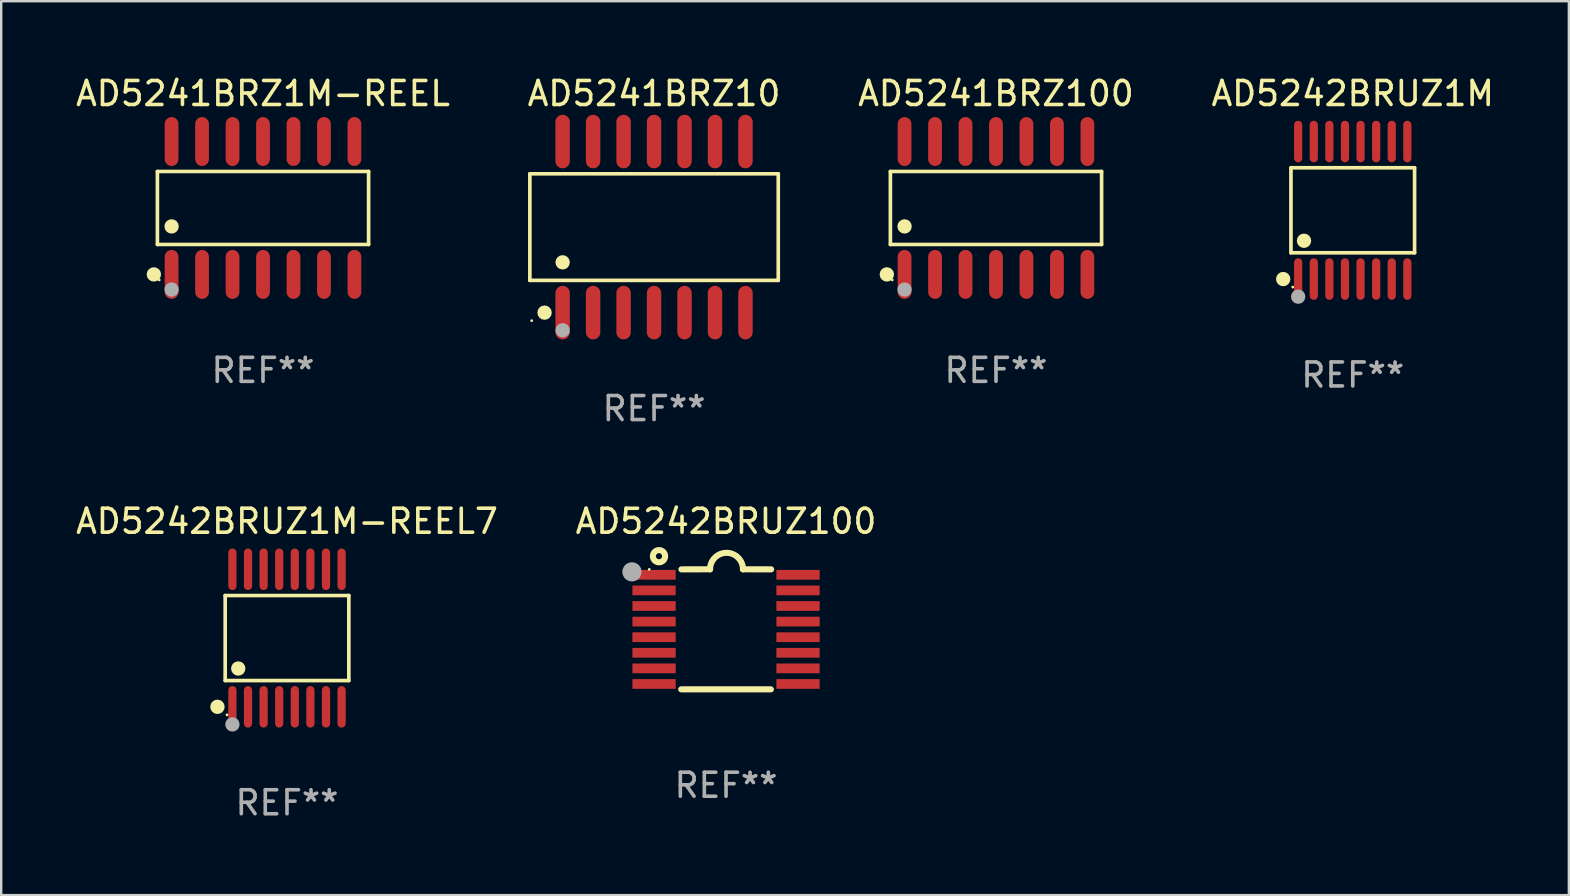
<source format=kicad_pcb>
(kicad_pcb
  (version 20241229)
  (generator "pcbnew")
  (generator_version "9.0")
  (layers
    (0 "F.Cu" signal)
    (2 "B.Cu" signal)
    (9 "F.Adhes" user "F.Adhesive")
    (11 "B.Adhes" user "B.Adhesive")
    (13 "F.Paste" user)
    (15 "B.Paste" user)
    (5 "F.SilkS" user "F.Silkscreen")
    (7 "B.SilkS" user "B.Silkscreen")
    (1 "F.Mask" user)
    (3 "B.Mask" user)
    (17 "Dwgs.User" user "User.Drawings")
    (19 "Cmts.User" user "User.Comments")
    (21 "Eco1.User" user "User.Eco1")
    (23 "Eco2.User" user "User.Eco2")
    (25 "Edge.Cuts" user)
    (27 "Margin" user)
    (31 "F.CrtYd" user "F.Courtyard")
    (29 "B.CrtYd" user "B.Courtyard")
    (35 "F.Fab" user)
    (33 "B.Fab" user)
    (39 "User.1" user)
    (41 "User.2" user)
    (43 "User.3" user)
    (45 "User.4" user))
  (footprint "AD5242BRUZ1M-REEL7"
    (layer "F.Cu")
    (at 8.911 23.541)
    (property "Reference" "AD5242BRUZ1M-REEL7" (at 0 -4.866 0) (layer "F.SilkS") (effects (font (size 1 1) (thickness 0.15))))
    (attr through_hole)
    (fp_line (start -2.576 -1.772) (end 2.576 -1.772) (stroke (width 0.152) (type solid)) (layer "F.SilkS"))
    (fp_line (start -2.576 1.771) (end -2.576 -1.772) (stroke (width 0.152) (type solid)) (layer "F.SilkS"))
    (fp_line (start 2.576 -1.772) (end 2.576 1.771) (stroke (width 0.152) (type solid)) (layer "F.SilkS"))
    (fp_line (start 2.576 1.771) (end -2.576 1.771) (stroke (width 0.152) (type solid)) (layer "F.SilkS"))
    (fp_circle (center -2.899 2.866) (end -2.749 2.866) (stroke (width 0.3) (type solid)) (fill no) (layer "F.SilkS"))
    (fp_circle (center -2.5 3.2) (end -2.47 3.2) (stroke (width 0.06) (type solid)) (fill no) (layer "F.SilkS"))
    (fp_circle (center -2.032 1.27) (end -1.882 1.27) (stroke (width 0.3) (type solid)) (fill no) (layer "F.SilkS"))
    (fp_circle (center -2.275 3.6) (end -2.125 3.6) (stroke (width 0.3) (type solid)) (fill no) (layer "F.Fab"))
    (fp_text user "REF**" (at 0 6.866 0) (layer "F.Fab") (effects (font (size 1 1) (thickness 0.15))))
    (pad "1" smd oval (at -2.275 2.866) (size 0.343 1.731) (layers "F.Cu" "F.Mask" "F.Paste"))
    (pad "2" smd oval (at -1.625 2.866) (size 0.343 1.731) (layers "F.Cu" "F.Mask" "F.Paste"))
    (pad "3" smd oval (at -0.975 2.866) (size 0.343 1.731) (layers "F.Cu" "F.Mask" "F.Paste"))
    (pad "4" smd oval (at -0.325 2.866) (size 0.343 1.731) (layers "F.Cu" "F.Mask" "F.Paste"))
    (pad "5" smd oval (at 0.325 2.866) (size 0.343 1.731) (layers "F.Cu" "F.Mask" "F.Paste"))
    (pad "6" smd oval (at 0.975 2.866) (size 0.343 1.731) (layers "F.Cu" "F.Mask" "F.Paste"))
    (pad "7" smd oval (at 1.625 2.866) (size 0.343 1.731) (layers "F.Cu" "F.Mask" "F.Paste"))
    (pad "8" smd oval (at 2.275 2.866) (size 0.343 1.731) (layers "F.Cu" "F.Mask" "F.Paste"))
    (pad "9" smd oval (at 2.275 -2.866) (size 0.343 1.731) (layers "F.Cu" "F.Mask" "F.Paste"))
    (pad "10" smd oval (at 1.625 -2.866) (size 0.343 1.731) (layers "F.Cu" "F.Mask" "F.Paste"))
    (pad "11" smd oval (at 0.975 -2.866) (size 0.343 1.731) (layers "F.Cu" "F.Mask" "F.Paste"))
    (pad "12" smd oval (at 0.325 -2.866) (size 0.343 1.731) (layers "F.Cu" "F.Mask" "F.Paste"))
    (pad "13" smd oval (at -0.325 -2.866) (size 0.343 1.731) (layers "F.Cu" "F.Mask" "F.Paste"))
    (pad "14" smd oval (at -0.975 -2.866) (size 0.343 1.731) (layers "F.Cu" "F.Mask" "F.Paste"))
    (pad "15" smd oval (at -1.625 -2.866) (size 0.343 1.731) (layers "F.Cu" "F.Mask" "F.Paste"))
    (pad "16" smd oval (at -2.275 -2.866) (size 0.343 1.731) (layers "F.Cu" "F.Mask" "F.Paste")))
  (footprint "AD5241BRZ1M-REEL"
    (layer "F.Cu")
    (at 7.911 5.617)
    (property "Reference" "AD5241BRZ1M-REEL" (at 0 -4.769 0) (layer "F.SilkS") (effects (font (size 1 1) (thickness 0.15))))
    (attr through_hole)
    (fp_line (start -4.401 -1.521) (end 4.401 -1.521) (stroke (width 0.152) (type solid)) (layer "F.SilkS"))
    (fp_line (start -4.401 1.521) (end -4.401 -1.521) (stroke (width 0.152) (type solid)) (layer "F.SilkS"))
    (fp_line (start 4.401 -1.521) (end 4.401 1.521) (stroke (width 0.152) (type solid)) (layer "F.SilkS"))
    (fp_line (start 4.401 1.521) (end -4.401 1.521) (stroke (width 0.152) (type solid)) (layer "F.SilkS"))
    (fp_circle (center -4.549 2.769) (end -4.399 2.769) (stroke (width 0.3) (type solid)) (fill no) (layer "F.SilkS"))
    (fp_circle (center -4.325 3) (end -4.295 3) (stroke (width 0.06) (type solid)) (fill no) (layer "F.SilkS"))
    (fp_circle (center -3.81 0.769) (end -3.66 0.769) (stroke (width 0.3) (type solid)) (fill no) (layer "F.SilkS"))
    (fp_circle (center -3.81 3.4) (end -3.66 3.4) (stroke (width 0.3) (type solid)) (fill no) (layer "F.Fab"))
    (fp_text user "REF**" (at 0 6.769 0) (layer "F.Fab") (effects (font (size 1 1) (thickness 0.15))))
    (pad "1" smd oval (at -3.81 2.769) (size 0.574 2.038) (layers "F.Cu" "F.Mask" "F.Paste"))
    (pad "2" smd oval (at -2.54 2.769) (size 0.574 2.038) (layers "F.Cu" "F.Mask" "F.Paste"))
    (pad "3" smd oval (at -1.27 2.769) (size 0.574 2.038) (layers "F.Cu" "F.Mask" "F.Paste"))
    (pad "4" smd oval (at 0 2.769) (size 0.574 2.038) (layers "F.Cu" "F.Mask" "F.Paste"))
    (pad "5" smd oval (at 1.27 2.769) (size 0.574 2.038) (layers "F.Cu" "F.Mask" "F.Paste"))
    (pad "6" smd oval (at 2.54 2.769) (size 0.574 2.038) (layers "F.Cu" "F.Mask" "F.Paste"))
    (pad "7" smd oval (at 3.81 2.769) (size 0.574 2.038) (layers "F.Cu" "F.Mask" "F.Paste"))
    (pad "8" smd oval (at 3.81 -2.769) (size 0.574 2.038) (layers "F.Cu" "F.Mask" "F.Paste"))
    (pad "9" smd oval (at 2.54 -2.769) (size 0.574 2.038) (layers "F.Cu" "F.Mask" "F.Paste"))
    (pad "10" smd oval (at 1.27 -2.769) (size 0.574 2.038) (layers "F.Cu" "F.Mask" "F.Paste"))
    (pad "11" smd oval (at 0 -2.769) (size 0.574 2.038) (layers "F.Cu" "F.Mask" "F.Paste"))
    (pad "12" smd oval (at -1.27 -2.769) (size 0.574 2.038) (layers "F.Cu" "F.Mask" "F.Paste"))
    (pad "13" smd oval (at -2.54 -2.769) (size 0.574 2.038) (layers "F.Cu" "F.Mask" "F.Paste"))
    (pad "14" smd oval (at -3.81 -2.769) (size 0.574 2.038) (layers "F.Cu" "F.Mask" "F.Paste")))
  (footprint "AD5242BRUZ100"
    (layer "F.Cu")
    (at 27.208 23.177)
    (property "Reference" "AD5242BRUZ100" (at 0 -4.501 0) (layer "F.SilkS") (effects (font (size 1 1) (thickness 0.15))))
    (attr through_hole)
    (fp_line (start -1.868 2.501) (end 1.868 2.501) (stroke (width 0.254) (type solid)) (layer "F.SilkS"))
    (fp_line (start -1.86 -2.499) (end -0.666 -2.501) (stroke (width 0.254) (type solid)) (layer "F.SilkS"))
    (fp_line (start 0.706 -2.501) (end 1.88 -2.499) (stroke (width 0.254) (type solid)) (layer "F.SilkS"))
    (fp_arc (start -0.665914 -2.501448) (mid 0.019888 -3.18725) (end 0.70569 -2.501448) (stroke (width 0.254001) (type solid)) (layer "F.SilkS"))
    (fp_circle (center -3.2 -2.497) (end -3.17 -2.497) (stroke (width 0.06) (type solid)) (fill no) (layer "F.SilkS"))
    (fp_circle (center -2.794 -3.047) (end -2.54 -3.047) (stroke (width 0.254) (type solid)) (fill no) (layer "F.SilkS"))
    (fp_circle (center -3.921 -2.395) (end -3.721 -2.395) (stroke (width 0.4) (type solid)) (fill no) (layer "F.Fab"))
    (fp_text user "REF**" (at 0 6.501 0) (layer "F.Fab") (effects (font (size 1 1) (thickness 0.15))))
    (pad "1" smd rect (at -3 -2.272) (size 1.803 0.406) (layers "F.Cu" "F.Mask" "F.Paste"))
    (pad "2" smd rect (at -3 -1.622) (size 1.803 0.406) (layers "F.Cu" "F.Mask" "F.Paste"))
    (pad "3" smd rect (at -3 -0.972) (size 1.803 0.406) (layers "F.Cu" "F.Mask" "F.Paste"))
    (pad "4" smd rect (at -3 -0.322) (size 1.803 0.406) (layers "F.Cu" "F.Mask" "F.Paste"))
    (pad "5" smd rect (at -3 0.328) (size 1.803 0.406) (layers "F.Cu" "F.Mask" "F.Paste"))
    (pad "6" smd rect (at -3 0.978) (size 1.803 0.406) (layers "F.Cu" "F.Mask" "F.Paste"))
    (pad "7" smd rect (at -3 1.628) (size 1.803 0.406) (layers "F.Cu" "F.Mask" "F.Paste"))
    (pad "8" smd rect (at -3 2.278) (size 1.803 0.406) (layers "F.Cu" "F.Mask" "F.Paste"))
    (pad "9" smd rect (at 3 2.278) (size 1.803 0.406) (layers "F.Cu" "F.Mask" "F.Paste"))
    (pad "10" smd rect (at 3 1.628) (size 1.803 0.406) (layers "F.Cu" "F.Mask" "F.Paste"))
    (pad "11" smd rect (at 3 0.978) (size 1.803 0.406) (layers "F.Cu" "F.Mask" "F.Paste"))
    (pad "12" smd rect (at 3 0.328) (size 1.803 0.406) (layers "F.Cu" "F.Mask" "F.Paste"))
    (pad "13" smd rect (at 3 -0.322) (size 1.803 0.406) (layers "F.Cu" "F.Mask" "F.Paste"))
    (pad "14" smd rect (at 3 -0.972) (size 1.803 0.406) (layers "F.Cu" "F.Mask" "F.Paste"))
    (pad "15" smd rect (at 3 -1.622) (size 1.803 0.406) (layers "F.Cu" "F.Mask" "F.Paste"))
    (pad "16" smd rect (at 3 -2.272) (size 1.803 0.406) (layers "F.Cu" "F.Mask" "F.Paste")))
  (footprint "AD5242BRUZ1M"
    (layer "F.Cu")
    (at 53.327 5.714)
    (property "Reference" "AD5242BRUZ1M" (at 0 -4.866 0) (layer "F.SilkS") (effects (font (size 1 1) (thickness 0.15))))
    (attr through_hole)
    (fp_line (start -2.576 -1.772) (end 2.576 -1.772) (stroke (width 0.152) (type solid)) (layer "F.SilkS"))
    (fp_line (start -2.576 1.771) (end -2.576 -1.772) (stroke (width 0.152) (type solid)) (layer "F.SilkS"))
    (fp_line (start 2.576 -1.772) (end 2.576 1.771) (stroke (width 0.152) (type solid)) (layer "F.SilkS"))
    (fp_line (start 2.576 1.771) (end -2.576 1.771) (stroke (width 0.152) (type solid)) (layer "F.SilkS"))
    (fp_circle (center -2.899 2.866) (end -2.749 2.866) (stroke (width 0.3) (type solid)) (fill no) (layer "F.SilkS"))
    (fp_circle (center -2.5 3.2) (end -2.47 3.2) (stroke (width 0.06) (type solid)) (fill no) (layer "F.SilkS"))
    (fp_circle (center -2.032 1.27) (end -1.882 1.27) (stroke (width 0.3) (type solid)) (fill no) (layer "F.SilkS"))
    (fp_circle (center -2.275 3.6) (end -2.125 3.6) (stroke (width 0.3) (type solid)) (fill no) (layer "F.Fab"))
    (fp_text user "REF**" (at 0 6.866 0) (layer "F.Fab") (effects (font (size 1 1) (thickness 0.15))))
    (pad "1" smd oval (at -2.275 2.866) (size 0.343 1.731) (layers "F.Cu" "F.Mask" "F.Paste"))
    (pad "2" smd oval (at -1.625 2.866) (size 0.343 1.731) (layers "F.Cu" "F.Mask" "F.Paste"))
    (pad "3" smd oval (at -0.975 2.866) (size 0.343 1.731) (layers "F.Cu" "F.Mask" "F.Paste"))
    (pad "4" smd oval (at -0.325 2.866) (size 0.343 1.731) (layers "F.Cu" "F.Mask" "F.Paste"))
    (pad "5" smd oval (at 0.325 2.866) (size 0.343 1.731) (layers "F.Cu" "F.Mask" "F.Paste"))
    (pad "6" smd oval (at 0.975 2.866) (size 0.343 1.731) (layers "F.Cu" "F.Mask" "F.Paste"))
    (pad "7" smd oval (at 1.625 2.866) (size 0.343 1.731) (layers "F.Cu" "F.Mask" "F.Paste"))
    (pad "8" smd oval (at 2.275 2.866) (size 0.343 1.731) (layers "F.Cu" "F.Mask" "F.Paste"))
    (pad "9" smd oval (at 2.275 -2.866) (size 0.343 1.731) (layers "F.Cu" "F.Mask" "F.Paste"))
    (pad "10" smd oval (at 1.625 -2.866) (size 0.343 1.731) (layers "F.Cu" "F.Mask" "F.Paste"))
    (pad "11" smd oval (at 0.975 -2.866) (size 0.343 1.731) (layers "F.Cu" "F.Mask" "F.Paste"))
    (pad "12" smd oval (at 0.325 -2.866) (size 0.343 1.731) (layers "F.Cu" "F.Mask" "F.Paste"))
    (pad "13" smd oval (at -0.325 -2.866) (size 0.343 1.731) (layers "F.Cu" "F.Mask" "F.Paste"))
    (pad "14" smd oval (at -0.975 -2.866) (size 0.343 1.731) (layers "F.Cu" "F.Mask" "F.Paste"))
    (pad "15" smd oval (at -1.625 -2.866) (size 0.343 1.731) (layers "F.Cu" "F.Mask" "F.Paste"))
    (pad "16" smd oval (at -2.275 -2.866) (size 0.343 1.731) (layers "F.Cu" "F.Mask" "F.Paste")))
  (footprint "AD5241BRZ10"
    (layer "F.Cu")
    (at 24.208 6.414)
    (property "Reference" "AD5241BRZ10" (at 0 -5.565 0) (layer "F.SilkS") (effects (font (size 1 1) (thickness 0.15))))
    (attr through_hole)
    (fp_line (start -5.176 -2.221) (end 5.176 -2.221) (stroke (width 0.152) (type solid)) (layer "F.SilkS"))
    (fp_line (start -5.176 2.221) (end -5.176 -2.221) (stroke (width 0.152) (type solid)) (layer "F.SilkS"))
    (fp_line (start 5.176 -2.221) (end 5.176 2.221) (stroke (width 0.152) (type solid)) (layer "F.SilkS"))
    (fp_line (start 5.176 2.221) (end -5.176 2.221) (stroke (width 0.152) (type solid)) (layer "F.SilkS"))
    (fp_circle (center -5.1 3.9) (end -5.07 3.9) (stroke (width 0.06) (type solid)) (fill no) (layer "F.SilkS"))
    (fp_circle (center -4.563 3.565) (end -4.413 3.565) (stroke (width 0.3) (type solid)) (fill no) (layer "F.SilkS"))
    (fp_circle (center -3.81 1.469) (end -3.66 1.469) (stroke (width 0.3) (type solid)) (fill no) (layer "F.SilkS"))
    (fp_circle (center -3.81 4.3) (end -3.66 4.3) (stroke (width 0.3) (type solid)) (fill no) (layer "F.Fab"))
    (fp_text user "REF**" (at 0 7.565 0) (layer "F.Fab") (effects (font (size 1 1) (thickness 0.15))))
    (pad "1" smd oval (at -3.81 3.565) (size 0.602 2.231) (layers "F.Cu" "F.Mask" "F.Paste"))
    (pad "2" smd oval (at -2.54 3.565) (size 0.602 2.231) (layers "F.Cu" "F.Mask" "F.Paste"))
    (pad "3" smd oval (at -1.27 3.565) (size 0.602 2.231) (layers "F.Cu" "F.Mask" "F.Paste"))
    (pad "4" smd oval (at 0 3.565) (size 0.602 2.231) (layers "F.Cu" "F.Mask" "F.Paste"))
    (pad "5" smd oval (at 1.27 3.565) (size 0.602 2.231) (layers "F.Cu" "F.Mask" "F.Paste"))
    (pad "6" smd oval (at 2.54 3.565) (size 0.602 2.231) (layers "F.Cu" "F.Mask" "F.Paste"))
    (pad "7" smd oval (at 3.81 3.565) (size 0.602 2.231) (layers "F.Cu" "F.Mask" "F.Paste"))
    (pad "8" smd oval (at 3.81 -3.565) (size 0.602 2.231) (layers "F.Cu" "F.Mask" "F.Paste"))
    (pad "9" smd oval (at 2.54 -3.565) (size 0.602 2.231) (layers "F.Cu" "F.Mask" "F.Paste"))
    (pad "10" smd oval (at 1.27 -3.565) (size 0.602 2.231) (layers "F.Cu" "F.Mask" "F.Paste"))
    (pad "11" smd oval (at 0 -3.565) (size 0.602 2.231) (layers "F.Cu" "F.Mask" "F.Paste"))
    (pad "12" smd oval (at -1.27 -3.565) (size 0.602 2.231) (layers "F.Cu" "F.Mask" "F.Paste"))
    (pad "13" smd oval (at -2.54 -3.565) (size 0.602 2.231) (layers "F.Cu" "F.Mask" "F.Paste"))
    (pad "14" smd oval (at -3.81 -3.565) (size 0.602 2.231) (layers "F.Cu" "F.Mask" "F.Paste")))
  (footprint "AD5241BRZ100"
    (layer "F.Cu")
    (at 38.458 5.617)
    (property "Reference" "AD5241BRZ100" (at 0 -4.769 0) (layer "F.SilkS") (effects (font (size 1 1) (thickness 0.15))))
    (attr through_hole)
    (fp_line (start -4.401 -1.521) (end 4.401 -1.521) (stroke (width 0.152) (type solid)) (layer "F.SilkS"))
    (fp_line (start -4.401 1.521) (end -4.401 -1.521) (stroke (width 0.152) (type solid)) (layer "F.SilkS"))
    (fp_line (start 4.401 -1.521) (end 4.401 1.521) (stroke (width 0.152) (type solid)) (layer "F.SilkS"))
    (fp_line (start 4.401 1.521) (end -4.401 1.521) (stroke (width 0.152) (type solid)) (layer "F.SilkS"))
    (fp_circle (center -4.549 2.769) (end -4.399 2.769) (stroke (width 0.3) (type solid)) (fill no) (layer "F.SilkS"))
    (fp_circle (center -4.325 3) (end -4.295 3) (stroke (width 0.06) (type solid)) (fill no) (layer "F.SilkS"))
    (fp_circle (center -3.81 0.769) (end -3.66 0.769) (stroke (width 0.3) (type solid)) (fill no) (layer "F.SilkS"))
    (fp_circle (center -3.81 3.4) (end -3.66 3.4) (stroke (width 0.3) (type solid)) (fill no) (layer "F.Fab"))
    (fp_text user "REF**" (at 0 6.769 0) (layer "F.Fab") (effects (font (size 1 1) (thickness 0.15))))
    (pad "1" smd oval (at -3.81 2.769) (size 0.574 2.038) (layers "F.Cu" "F.Mask" "F.Paste"))
    (pad "2" smd oval (at -2.54 2.769) (size 0.574 2.038) (layers "F.Cu" "F.Mask" "F.Paste"))
    (pad "3" smd oval (at -1.27 2.769) (size 0.574 2.038) (layers "F.Cu" "F.Mask" "F.Paste"))
    (pad "4" smd oval (at 0 2.769) (size 0.574 2.038) (layers "F.Cu" "F.Mask" "F.Paste"))
    (pad "5" smd oval (at 1.27 2.769) (size 0.574 2.038) (layers "F.Cu" "F.Mask" "F.Paste"))
    (pad "6" smd oval (at 2.54 2.769) (size 0.574 2.038) (layers "F.Cu" "F.Mask" "F.Paste"))
    (pad "7" smd oval (at 3.81 2.769) (size 0.574 2.038) (layers "F.Cu" "F.Mask" "F.Paste"))
    (pad "8" smd oval (at 3.81 -2.769) (size 0.574 2.038) (layers "F.Cu" "F.Mask" "F.Paste"))
    (pad "9" smd oval (at 2.54 -2.769) (size 0.574 2.038) (layers "F.Cu" "F.Mask" "F.Paste"))
    (pad "10" smd oval (at 1.27 -2.769) (size 0.574 2.038) (layers "F.Cu" "F.Mask" "F.Paste"))
    (pad "11" smd oval (at 0 -2.769) (size 0.574 2.038) (layers "F.Cu" "F.Mask" "F.Paste"))
    (pad "12" smd oval (at -1.27 -2.769) (size 0.574 2.038) (layers "F.Cu" "F.Mask" "F.Paste"))
    (pad "13" smd oval (at -2.54 -2.769) (size 0.574 2.038) (layers "F.Cu" "F.Mask" "F.Paste"))
    (pad "14" smd oval (at -3.81 -2.769) (size 0.574 2.038) (layers "F.Cu" "F.Mask" "F.Paste")))
  (gr_rect
    (start -3 -3)
    (end 62.333 34.255)
    (stroke (width 0.1) (type default))
    (fill no)
    (layer "Edge.Cuts")))
</source>
